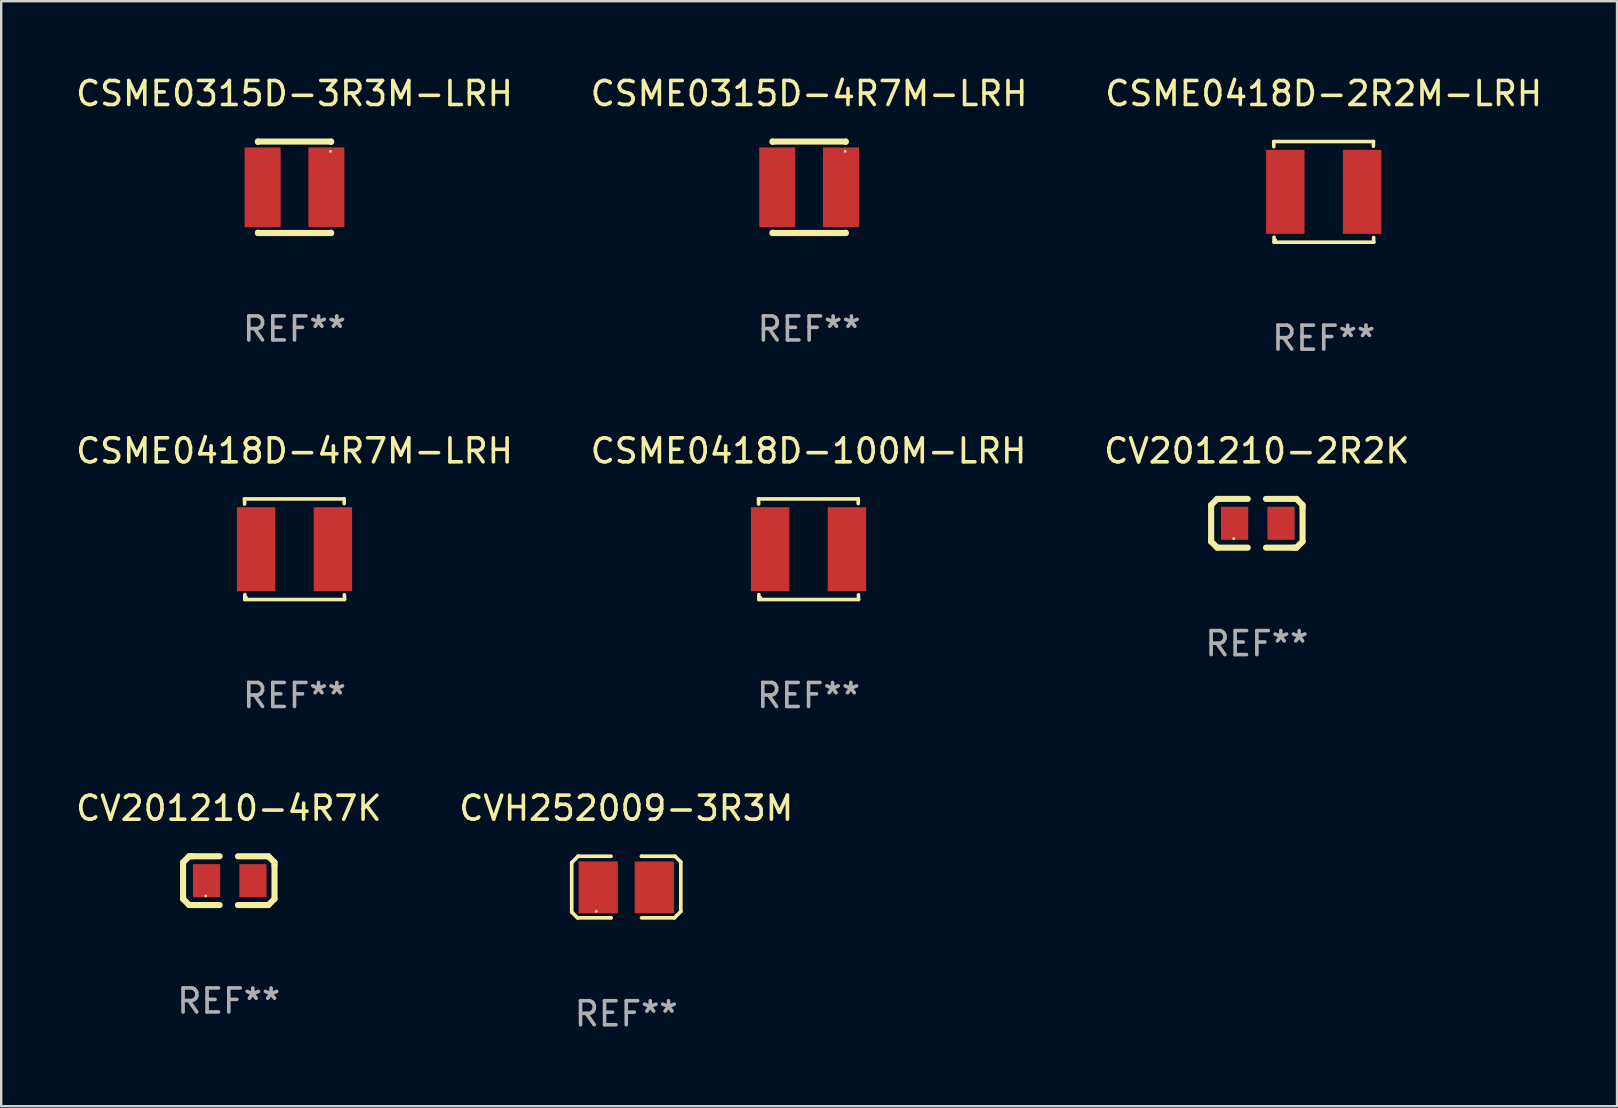
<source format=kicad_pcb>
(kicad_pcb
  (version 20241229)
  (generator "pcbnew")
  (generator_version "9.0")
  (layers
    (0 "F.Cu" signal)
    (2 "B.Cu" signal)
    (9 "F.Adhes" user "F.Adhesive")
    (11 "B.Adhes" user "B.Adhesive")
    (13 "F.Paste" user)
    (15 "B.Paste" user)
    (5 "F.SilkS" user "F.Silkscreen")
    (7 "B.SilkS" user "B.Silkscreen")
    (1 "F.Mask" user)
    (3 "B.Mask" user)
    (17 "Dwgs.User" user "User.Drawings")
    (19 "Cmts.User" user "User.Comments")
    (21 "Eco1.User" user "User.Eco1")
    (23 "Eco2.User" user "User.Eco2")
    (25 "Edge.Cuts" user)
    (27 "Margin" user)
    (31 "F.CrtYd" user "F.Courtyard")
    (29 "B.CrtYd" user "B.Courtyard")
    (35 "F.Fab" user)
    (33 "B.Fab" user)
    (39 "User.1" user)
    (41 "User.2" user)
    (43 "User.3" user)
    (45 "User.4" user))
  (footprint "CVH252009-3R3M"
    (layer "F.Cu")
    (at 23.042 33.907)
    (property "Reference" "CVH252009-3R3M" (at 0 -3.283 0) (layer "F.SilkS") (effects (font (size 1 1) (thickness 0.15))))
    (attr through_hole)
    (fp_line (start -2.273 -1.016) (end -2.007 -1.283) (stroke (width 0.152) (type solid)) (layer "F.SilkS"))
    (fp_line (start -2.273 1.041) (end -2.273 -1.016) (stroke (width 0.152) (type solid)) (layer "F.SilkS"))
    (fp_line (start -2.032 1.283) (end -2.273 1.041) (stroke (width 0.152) (type solid)) (layer "F.SilkS"))
    (fp_line (start -2.007 -1.283) (end -0.635 -1.283) (stroke (width 0.152) (type solid)) (layer "F.SilkS"))
    (fp_line (start -0.635 1.283) (end -2.032 1.283) (stroke (width 0.152) (type solid)) (layer "F.SilkS"))
    (fp_line (start -0.635 1.283) (end -0.635 1.283) (stroke (width 0.152) (type solid)) (layer "F.SilkS"))
    (fp_line (start 0.635 -1.283) (end 0.635 -1.283) (stroke (width 0.152) (type solid)) (layer "F.SilkS"))
    (fp_line (start 0.635 -1.283) (end 2.032 -1.283) (stroke (width 0.152) (type solid)) (layer "F.SilkS"))
    (fp_line (start 2.007 1.283) (end 0.635 1.283) (stroke (width 0.152) (type solid)) (layer "F.SilkS"))
    (fp_line (start 2.032 -1.283) (end 2.273 -1.041) (stroke (width 0.152) (type solid)) (layer "F.SilkS"))
    (fp_line (start 2.273 -1.041) (end 2.273 1.016) (stroke (width 0.152) (type solid)) (layer "F.SilkS"))
    (fp_line (start 2.273 1.016) (end 2.007 1.283) (stroke (width 0.152) (type solid)) (layer "F.SilkS"))
    (fp_circle (center -1.25 1.013) (end -1.22 1.013) (stroke (width 0.06) (type solid)) (fill no) (layer "F.SilkS"))
    (fp_text user "REF**" (at 0 5.283 0) (layer "F.Fab") (effects (font (size 1 1) (thickness 0.15))))
    (pad "1" smd rect (at -1.167 0.013) (size 1.635 2.16) (layers "F.Cu" "F.Mask" "F.Paste"))
    (pad "2" smd rect (at 1.168 0.013) (size 1.635 2.16) (layers "F.Cu" "F.Mask" "F.Paste")))
  (footprint "CSME0315D-3R3M-LRH"
    (layer "F.Cu")
    (at 9.22 4.753)
    (property "Reference" "CSME0315D-3R3M-LRH" (at 0 -3.905 0) (layer "F.SilkS") (effects (font (size 1 1) (thickness 0.15))))
    (attr through_hole)
    (fp_line (start -1.524 -1.905) (end 1.524 -1.905) (stroke (width 0.254) (type solid)) (layer "F.SilkS"))
    (fp_line (start -1.524 -1.891) (end -1.524 -1.905) (stroke (width 0.254) (type solid)) (layer "F.SilkS"))
    (fp_line (start -1.524 1.905) (end -1.524 1.891) (stroke (width 0.254) (type solid)) (layer "F.SilkS"))
    (fp_line (start -1.524 1.905) (end 1.524 1.905) (stroke (width 0.254) (type solid)) (layer "F.SilkS"))
    (fp_line (start 1.524 -1.905) (end 1.524 -1.891) (stroke (width 0.254) (type solid)) (layer "F.SilkS"))
    (fp_line (start 1.524 1.891) (end 1.524 1.905) (stroke (width 0.254) (type solid)) (layer "F.SilkS"))
    (fp_circle (center 1.5 -1.5) (end 1.53 -1.5) (stroke (width 0.06) (type solid)) (fill no) (layer "F.SilkS"))
    (fp_text user "REF**" (at 0 5.905 0) (layer "F.Fab") (effects (font (size 1 1) (thickness 0.15))))
    (pad "1" smd rect (at 1.328 0) (size 1.5 3.32) (layers "F.Cu" "F.Mask" "F.Paste"))
    (pad "2" smd rect (at -1.328 0) (size 1.5 3.32) (layers "F.Cu" "F.Mask" "F.Paste")))
  (footprint "CSME0315D-4R7M-LRH"
    (layer "F.Cu")
    (at 30.661 4.753)
    (property "Reference" "CSME0315D-4R7M-LRH" (at 0 -3.905 0) (layer "F.SilkS") (effects (font (size 1 1) (thickness 0.15))))
    (attr through_hole)
    (fp_line (start -1.524 -1.905) (end 1.524 -1.905) (stroke (width 0.254) (type solid)) (layer "F.SilkS"))
    (fp_line (start -1.524 -1.891) (end -1.524 -1.905) (stroke (width 0.254) (type solid)) (layer "F.SilkS"))
    (fp_line (start -1.524 1.905) (end -1.524 1.891) (stroke (width 0.254) (type solid)) (layer "F.SilkS"))
    (fp_line (start -1.524 1.905) (end 1.524 1.905) (stroke (width 0.254) (type solid)) (layer "F.SilkS"))
    (fp_line (start 1.524 -1.905) (end 1.524 -1.891) (stroke (width 0.254) (type solid)) (layer "F.SilkS"))
    (fp_line (start 1.524 1.891) (end 1.524 1.905) (stroke (width 0.254) (type solid)) (layer "F.SilkS"))
    (fp_circle (center 1.5 -1.5) (end 1.53 -1.5) (stroke (width 0.06) (type solid)) (fill no) (layer "F.SilkS"))
    (fp_text user "REF**" (at 0 5.905 0) (layer "F.Fab") (effects (font (size 1 1) (thickness 0.15))))
    (pad "1" smd rect (at 1.328 0) (size 1.5 3.32) (layers "F.Cu" "F.Mask" "F.Paste"))
    (pad "2" smd rect (at -1.328 0) (size 1.5 3.32) (layers "F.Cu" "F.Mask" "F.Paste")))
  (footprint "CSME0418D-2R2M-LRH"
    (layer "F.Cu")
    (at 52.101 4.944)
    (property "Reference" "CSME0418D-2R2M-LRH" (at 0 -4.096 0) (layer "F.SilkS") (effects (font (size 1 1) (thickness 0.15))))
    (attr through_hole)
    (fp_line (start -2.083 -2.096) (end -2.08 -1.88) (stroke (width 0.15) (type solid)) (layer "F.SilkS"))
    (fp_line (start -2.07 1.89) (end -2.07 2.096) (stroke (width 0.15) (type solid)) (layer "F.SilkS"))
    (fp_line (start -2.07 2.096) (end 2.083 2.096) (stroke (width 0.15) (type solid)) (layer "F.SilkS"))
    (fp_line (start 2.07 -1.9) (end 2.07 -2.096) (stroke (width 0.15) (type solid)) (layer "F.SilkS"))
    (fp_line (start 2.07 -2.096) (end -2.083 -2.096) (stroke (width 0.15) (type solid)) (layer "F.SilkS"))
    (fp_line (start 2.083 2.096) (end 2.08 1.9) (stroke (width 0.15) (type solid)) (layer "F.SilkS"))
    (fp_circle (center -2 2) (end -1.97 2) (stroke (width 0.06) (type solid)) (fill no) (layer "F.SilkS"))
    (fp_text user "REF**" (at 0 6.096 0) (layer "F.Fab") (effects (font (size 1 1) (thickness 0.15))))
    (pad "1" smd rect (at -1.6 -0.000343) (size 1.6 3.5) (layers "F.Cu" "F.Mask" "F.Paste"))
    (pad "2" smd rect (at 1.6 -0.000343) (size 1.6 3.5) (layers "F.Cu" "F.Mask" "F.Paste")))
  (footprint "CV201210-4R7K"
    (layer "F.Cu")
    (at 6.482 33.641)
    (property "Reference" "CV201210-4R7K" (at 0 -3.016 0) (layer "F.SilkS") (effects (font (size 1 1) (thickness 0.15))))
    (attr through_hole)
    (fp_line (start -1.905 -0.762) (end -1.905 0.635) (stroke (width 0.254) (type solid)) (layer "F.SilkS"))
    (fp_line (start -1.905 0.635) (end -1.905 0.762) (stroke (width 0.254) (type solid)) (layer "F.SilkS"))
    (fp_line (start -1.905 0.762) (end -1.651 1.016) (stroke (width 0.254) (type solid)) (layer "F.SilkS"))
    (fp_line (start -1.651 -1.016) (end -1.905 -0.762) (stroke (width 0.254) (type solid)) (layer "F.SilkS"))
    (fp_line (start -1.651 1.016) (end -0.381 1.016) (stroke (width 0.254) (type solid)) (layer "F.SilkS"))
    (fp_line (start -1.524 -1.016) (end -1.651 -1.016) (stroke (width 0.254) (type solid)) (layer "F.SilkS"))
    (fp_line (start -0.381 -1.016) (end -1.524 -1.016) (stroke (width 0.254) (type solid)) (layer "F.SilkS"))
    (fp_line (start 0.381 1.016) (end 1.524 1.016) (stroke (width 0.254) (type solid)) (layer "F.SilkS"))
    (fp_line (start 1.524 1.016) (end 1.651 1.016) (stroke (width 0.254) (type solid)) (layer "F.SilkS"))
    (fp_line (start 1.651 -1.016) (end 0.381 -1.016) (stroke (width 0.254) (type solid)) (layer "F.SilkS"))
    (fp_line (start 1.651 1.016) (end 1.905 0.762) (stroke (width 0.254) (type solid)) (layer "F.SilkS"))
    (fp_line (start 1.905 -0.762) (end 1.651 -1.016) (stroke (width 0.254) (type solid)) (layer "F.SilkS"))
    (fp_line (start 1.905 -0.635) (end 1.905 -0.762) (stroke (width 0.254) (type solid)) (layer "F.SilkS"))
    (fp_line (start 1.905 0.762) (end 1.905 -0.635) (stroke (width 0.254) (type solid)) (layer "F.SilkS"))
    (fp_circle (center -0.96 0.637) (end -0.93 0.637) (stroke (width 0.06) (type solid)) (fill no) (layer "F.SilkS"))
    (fp_text user "REF**" (at 0 5.016 0) (layer "F.Fab") (effects (font (size 1 1) (thickness 0.15))))
    (pad "1" smd rect (at -0.926 -0.000051) (size 1.133 1.377) (layers "F.Cu" "F.Mask" "F.Paste"))
    (pad "2" smd rect (at 1.006 -0.000051) (size 1.133 1.377) (layers "F.Cu" "F.Mask" "F.Paste")))
  (footprint "CV201210-2R2K"
    (layer "F.Cu")
    (at 49.315 18.752)
    (property "Reference" "CV201210-2R2K" (at 0 -3.016 0) (layer "F.SilkS") (effects (font (size 1 1) (thickness 0.15))))
    (attr through_hole)
    (fp_line (start -1.905 -0.762) (end -1.905 0.635) (stroke (width 0.254) (type solid)) (layer "F.SilkS"))
    (fp_line (start -1.905 0.635) (end -1.905 0.762) (stroke (width 0.254) (type solid)) (layer "F.SilkS"))
    (fp_line (start -1.905 0.762) (end -1.651 1.016) (stroke (width 0.254) (type solid)) (layer "F.SilkS"))
    (fp_line (start -1.651 -1.016) (end -1.905 -0.762) (stroke (width 0.254) (type solid)) (layer "F.SilkS"))
    (fp_line (start -1.651 1.016) (end -0.381 1.016) (stroke (width 0.254) (type solid)) (layer "F.SilkS"))
    (fp_line (start -1.524 -1.016) (end -1.651 -1.016) (stroke (width 0.254) (type solid)) (layer "F.SilkS"))
    (fp_line (start -0.381 -1.016) (end -1.524 -1.016) (stroke (width 0.254) (type solid)) (layer "F.SilkS"))
    (fp_line (start 0.381 1.016) (end 1.524 1.016) (stroke (width 0.254) (type solid)) (layer "F.SilkS"))
    (fp_line (start 1.524 1.016) (end 1.651 1.016) (stroke (width 0.254) (type solid)) (layer "F.SilkS"))
    (fp_line (start 1.651 -1.016) (end 0.381 -1.016) (stroke (width 0.254) (type solid)) (layer "F.SilkS"))
    (fp_line (start 1.651 1.016) (end 1.905 0.762) (stroke (width 0.254) (type solid)) (layer "F.SilkS"))
    (fp_line (start 1.905 -0.762) (end 1.651 -1.016) (stroke (width 0.254) (type solid)) (layer "F.SilkS"))
    (fp_line (start 1.905 -0.635) (end 1.905 -0.762) (stroke (width 0.254) (type solid)) (layer "F.SilkS"))
    (fp_line (start 1.905 0.762) (end 1.905 -0.635) (stroke (width 0.254) (type solid)) (layer "F.SilkS"))
    (fp_circle (center -0.96 0.637) (end -0.93 0.637) (stroke (width 0.06) (type solid)) (fill no) (layer "F.SilkS"))
    (fp_text user "REF**" (at 0 5.016 0) (layer "F.Fab") (effects (font (size 1 1) (thickness 0.15))))
    (pad "1" smd rect (at -0.926 -0.000051) (size 1.133 1.377) (layers "F.Cu" "F.Mask" "F.Paste"))
    (pad "2" smd rect (at 1.006 -0.000051) (size 1.133 1.377) (layers "F.Cu" "F.Mask" "F.Paste")))
  (footprint "CSME0418D-100M-LRH"
    (layer "F.Cu")
    (at 30.637 19.832)
    (property "Reference" "CSME0418D-100M-LRH" (at 0 -4.096 0) (layer "F.SilkS") (effects (font (size 1 1) (thickness 0.15))))
    (attr through_hole)
    (fp_line (start -2.083 -2.096) (end -2.08 -1.88) (stroke (width 0.15) (type solid)) (layer "F.SilkS"))
    (fp_line (start -2.07 1.89) (end -2.07 2.096) (stroke (width 0.15) (type solid)) (layer "F.SilkS"))
    (fp_line (start -2.07 2.096) (end 2.083 2.096) (stroke (width 0.15) (type solid)) (layer "F.SilkS"))
    (fp_line (start 2.07 -1.9) (end 2.07 -2.096) (stroke (width 0.15) (type solid)) (layer "F.SilkS"))
    (fp_line (start 2.07 -2.096) (end -2.083 -2.096) (stroke (width 0.15) (type solid)) (layer "F.SilkS"))
    (fp_line (start 2.083 2.096) (end 2.08 1.9) (stroke (width 0.15) (type solid)) (layer "F.SilkS"))
    (fp_circle (center -2 2) (end -1.97 2) (stroke (width 0.06) (type solid)) (fill no) (layer "F.SilkS"))
    (fp_text user "REF**" (at 0 6.096 0) (layer "F.Fab") (effects (font (size 1 1) (thickness 0.15))))
    (pad "1" smd rect (at -1.6 -0.000343) (size 1.6 3.5) (layers "F.Cu" "F.Mask" "F.Paste"))
    (pad "2" smd rect (at 1.6 -0.000343) (size 1.6 3.5) (layers "F.Cu" "F.Mask" "F.Paste")))
  (footprint "CSME0418D-4R7M-LRH"
    (layer "F.Cu")
    (at 9.22 19.832)
    (property "Reference" "CSME0418D-4R7M-LRH" (at 0 -4.096 0) (layer "F.SilkS") (effects (font (size 1 1) (thickness 0.15))))
    (attr through_hole)
    (fp_line (start -2.083 -2.096) (end -2.08 -1.88) (stroke (width 0.15) (type solid)) (layer "F.SilkS"))
    (fp_line (start -2.07 1.89) (end -2.07 2.096) (stroke (width 0.15) (type solid)) (layer "F.SilkS"))
    (fp_line (start -2.07 2.096) (end 2.083 2.096) (stroke (width 0.15) (type solid)) (layer "F.SilkS"))
    (fp_line (start 2.07 -1.9) (end 2.07 -2.096) (stroke (width 0.15) (type solid)) (layer "F.SilkS"))
    (fp_line (start 2.07 -2.096) (end -2.083 -2.096) (stroke (width 0.15) (type solid)) (layer "F.SilkS"))
    (fp_line (start 2.083 2.096) (end 2.08 1.9) (stroke (width 0.15) (type solid)) (layer "F.SilkS"))
    (fp_circle (center -2 2) (end -1.97 2) (stroke (width 0.06) (type solid)) (fill no) (layer "F.SilkS"))
    (fp_text user "REF**" (at 0 6.096 0) (layer "F.Fab") (effects (font (size 1 1) (thickness 0.15))))
    (pad "1" smd rect (at -1.6 -0.000343) (size 1.6 3.5) (layers "F.Cu" "F.Mask" "F.Paste"))
    (pad "2" smd rect (at 1.6 -0.000343) (size 1.6 3.5) (layers "F.Cu" "F.Mask" "F.Paste")))
  (gr_rect
    (start -3 -3)
    (end 64.321 43.038)
    (stroke (width 0.1) (type default))
    (fill no)
    (layer "Edge.Cuts")))
</source>
